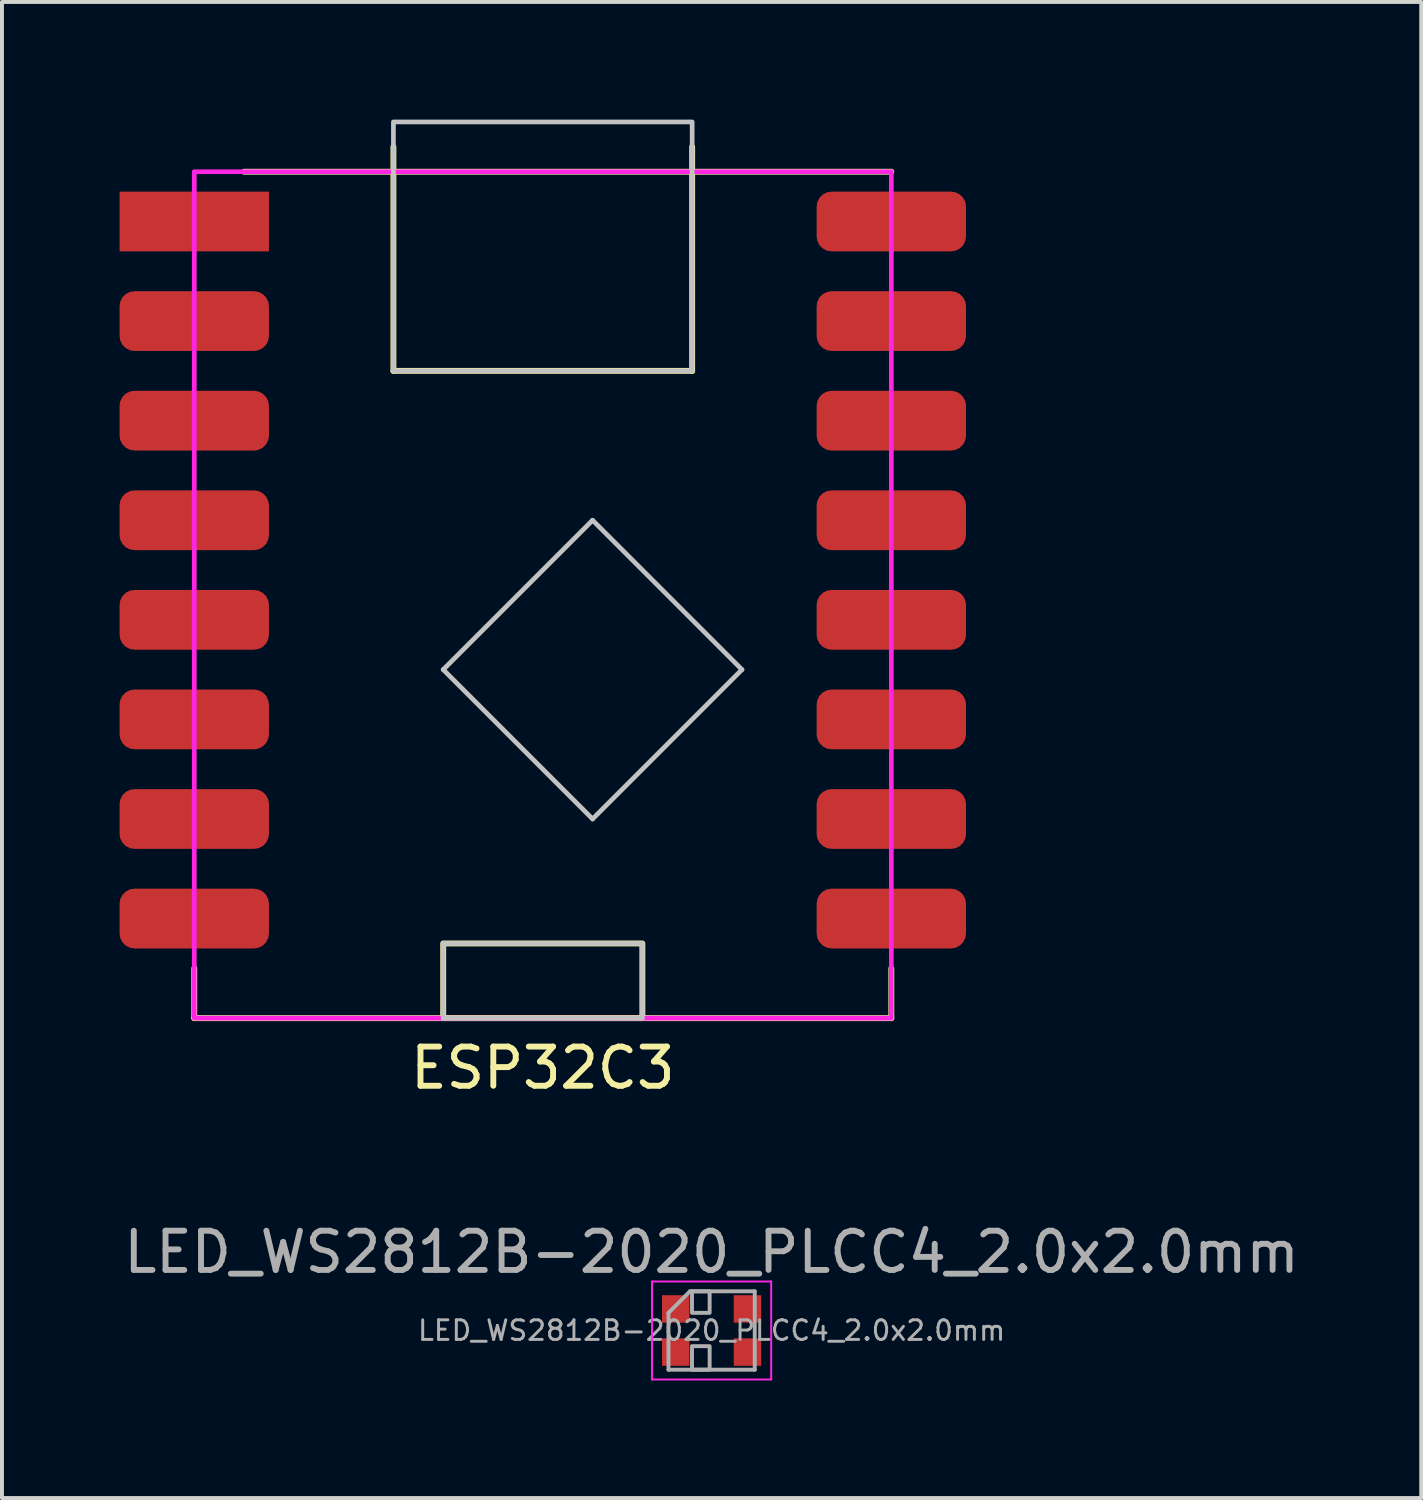
<source format=kicad_pcb>
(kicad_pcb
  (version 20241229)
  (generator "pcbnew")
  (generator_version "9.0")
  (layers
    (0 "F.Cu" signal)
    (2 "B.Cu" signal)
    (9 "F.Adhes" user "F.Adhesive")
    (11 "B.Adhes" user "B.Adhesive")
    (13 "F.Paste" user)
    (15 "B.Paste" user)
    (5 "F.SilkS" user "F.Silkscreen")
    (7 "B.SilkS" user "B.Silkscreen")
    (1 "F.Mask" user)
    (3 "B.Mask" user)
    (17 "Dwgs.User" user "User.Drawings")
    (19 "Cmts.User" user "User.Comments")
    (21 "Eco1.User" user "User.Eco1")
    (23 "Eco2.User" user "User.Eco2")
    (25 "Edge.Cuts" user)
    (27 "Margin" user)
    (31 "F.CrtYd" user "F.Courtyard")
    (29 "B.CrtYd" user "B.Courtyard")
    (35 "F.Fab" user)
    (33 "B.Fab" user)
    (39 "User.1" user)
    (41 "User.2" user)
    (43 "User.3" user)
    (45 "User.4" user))
  (footprint "LED_WS2812B-2020_PLCC4_2.0x2.0mm"
    (layer "F.Cu")
    (at 15.101 30.887)
    (property "Reference" "LED_WS2812B-2020_PLCC4_2.0x2.0mm" (at 0 -2 0) (layer "F.Fab") (effects (font (size 1 1) (thickness 0.15))))
    (attr smd)
    (fp_line (start -1.52 -1.25) (end -1.52 1.25) (stroke (width 0.05) (type solid)) (layer "F.CrtYd"))
    (fp_line (start -1.52 1.25) (end 1.52 1.25) (stroke (width 0.05) (type solid)) (layer "F.CrtYd"))
    (fp_line (start 1.52 -1.25) (end -1.52 -1.25) (stroke (width 0.05) (type solid)) (layer "F.CrtYd"))
    (fp_line (start 1.52 1.25) (end 1.52 -1.25) (stroke (width 0.05) (type solid)) (layer "F.CrtYd"))
    (fp_line (start -1.1 -0.45) (end -1.1 1) (stroke (width 0.1) (type solid)) (layer "F.Fab"))
    (fp_line (start -1.1 1) (end 1.1 1) (stroke (width 0.1) (type solid)) (layer "F.Fab"))
    (fp_line (start -0.55 -1) (end -1.1 -0.45) (stroke (width 0.1) (type solid)) (layer "F.Fab"))
    (fp_line (start 1.1 -1) (end -0.55 -1) (stroke (width 0.1) (type solid)) (layer "F.Fab"))
    (fp_line (start 1.1 -1) (end 1.1 1) (stroke (width 0.1) (type solid)) (layer "F.Fab"))
    (fp_rect (start -0.5 -1) (end -0.05 -0.45) (stroke (width 0.1) (type solid)) (fill no) (layer "F.Fab"))
    (fp_rect (start -0.5 0.4) (end -0.05 1) (stroke (width 0.1) (type solid)) (fill no) (layer "F.Fab"))
    (fp_text user "${REFERENCE}" (at 0 0 0) (layer "F.Fab") (effects (font (size 0.5 0.5) (thickness 0.075))))
    (pad "1" smd rect (at -0.915 -0.55) (size 0.7 0.7) (layers "F.Cu" "F.Mask" "F.Paste"))
    (pad "2" smd rect (at -0.915 0.55) (size 0.7 0.7) (layers "F.Cu" "F.Mask" "F.Paste"))
    (pad "3" smd rect (at 0.915 0.55) (size 0.7 0.7) (layers "F.Cu" "F.Mask" "F.Paste"))
    (pad "4" smd rect (at 0.915 -0.55) (size 0.7 0.7) (layers "F.Cu" "F.Mask" "F.Paste")))
  (footprint "ESP32C3"
    (layer "F.Cu")
    (at 1.905 20.38)
    (property "Reference" "ESP32C3" (at 8.89 3.81 0) (unlocked yes) (layer "F.SilkS") (effects (font (size 1 1) (thickness 0.15))))
    (attr smd)
    (fp_line (start 0 1.27) (end 0 2.54) (stroke (width 0.15) (type default)) (layer "F.SilkS"))
    (fp_line (start 0 2.54) (end 17.78 2.54) (stroke (width 0.15) (type default)) (layer "F.SilkS"))
    (fp_line (start 1.27 -19.05) (end 17.78 -19.05) (stroke (width 0.15) (type default)) (layer "F.SilkS"))
    (fp_line (start 5.08 -19.685) (end 5.08 -13.97) (stroke (width 0.15) (type default)) (layer "F.SilkS"))
    (fp_line (start 5.08 -13.97) (end 12.7 -13.97) (stroke (width 0.15) (type default)) (layer "F.SilkS"))
    (fp_line (start 12.7 -13.97) (end 12.7 -19.685) (stroke (width 0.15) (type default)) (layer "F.SilkS"))
    (fp_line (start 17.78 2.54) (end 17.78 1.27) (stroke (width 0.15) (type default)) (layer "F.SilkS"))
    (fp_rect (start 6.35 0.635) (end 11.43 2.54) (stroke (width 0.15) (type default)) (fill no) (layer "F.SilkS"))
    (fp_line (start 6.35 -6.35) (end 10.16 -2.54) (stroke (width 0.12) (type default)) (layer "Dwgs.User"))
    (fp_line (start 10.16 -10.16) (end 6.35 -6.35) (stroke (width 0.12) (type default)) (layer "Dwgs.User"))
    (fp_line (start 10.16 -2.54) (end 13.97 -6.35) (stroke (width 0.12) (type default)) (layer "Dwgs.User"))
    (fp_line (start 13.97 -6.35) (end 10.16 -10.16) (stroke (width 0.12) (type default)) (layer "Dwgs.User"))
    (fp_rect (start 5.08 -20.32) (end 12.7 -13.97) (stroke (width 0.12) (type default)) (fill no) (layer "Dwgs.User"))
    (fp_rect (start 6.35 0.635) (end 11.43 2.54) (stroke (width 0.12) (type default)) (fill no) (layer "Dwgs.User"))
    (fp_rect (start 0 -19.05) (end 17.78 2.54) (stroke (width 0.12) (type default)) (fill no) (layer "F.CrtYd"))
    (pad "1" smd rect (at 0 -17.78) (size 3.81 1.524) (layers "F.Cu" "F.Mask" "F.Paste"))
    (pad "2" smd roundrect (at 0 -15.24) (size 3.81 1.524) (layers "F.Cu" "F.Mask" "F.Paste") (roundrect_rratio 0.25))
    (pad "3" smd roundrect (at 0 -12.7) (size 3.81 1.524) (layers "F.Cu" "F.Mask" "F.Paste") (roundrect_rratio 0.25))
    (pad "4" smd roundrect (at 0 -10.16) (size 3.81 1.524) (layers "F.Cu" "F.Mask" "F.Paste") (roundrect_rratio 0.25))
    (pad "5" smd roundrect (at 0 -7.62) (size 3.81 1.524) (layers "F.Cu" "F.Mask" "F.Paste") (roundrect_rratio 0.25))
    (pad "6" smd roundrect (at 0 -5.08) (size 3.81 1.524) (layers "F.Cu" "F.Mask" "F.Paste") (roundrect_rratio 0.25))
    (pad "7" smd roundrect (at 0 -2.54) (size 3.81 1.524) (layers "F.Cu" "F.Mask" "F.Paste") (roundrect_rratio 0.25))
    (pad "8" smd roundrect (at 0 0) (size 3.81 1.524) (layers "F.Cu" "F.Mask" "F.Paste") (roundrect_rratio 0.25))
    (pad "9" smd roundrect (at 17.78 0) (size 3.81 1.524) (layers "F.Cu" "F.Mask" "F.Paste") (roundrect_rratio 0.25))
    (pad "10" smd roundrect (at 17.78 -2.54) (size 3.81 1.524) (layers "F.Cu" "F.Mask" "F.Paste") (roundrect_rratio 0.25))
    (pad "11" smd roundrect (at 17.78 -5.08) (size 3.81 1.524) (layers "F.Cu" "F.Mask" "F.Paste") (roundrect_rratio 0.25))
    (pad "12" smd roundrect (at 17.78 -7.62) (size 3.81 1.524) (layers "F.Cu" "F.Mask" "F.Paste") (roundrect_rratio 0.25))
    (pad "13" smd roundrect (at 17.78 -10.16) (size 3.81 1.524) (layers "F.Cu" "F.Mask" "F.Paste") (roundrect_rratio 0.25))
    (pad "14" smd roundrect (at 17.78 -12.7) (size 3.81 1.524) (layers "F.Cu" "F.Mask" "F.Paste") (roundrect_rratio 0.25))
    (pad "15" smd roundrect (at 17.78 -15.24) (size 3.81 1.524) (layers "F.Cu" "F.Mask" "F.Paste") (roundrect_rratio 0.25))
    (pad "16" smd roundrect (at 17.78 -17.78) (size 3.81 1.524) (layers "F.Cu" "F.Mask" "F.Paste") (roundrect_rratio 0.25))
    (zone (net_name "") (layer "F.Cu") (name "WiFi Keepout Zone") (hatch edge 0.5) (connect_pads) (min_thickness 0.25) (filled_areas_thickness no) (keepout (tracks not_allowed) (vias not_allowed) (pads not_allowed) (copperpour not_allowed) (footprints not_allowed)) (placement (enabled no)) (fill) (polygon (pts (xy 17.78 19.745) (xy 17.78 21.142) (xy 19.685 21.142) (xy 19.685 24.19) (xy 1.905 24.19) (xy 1.905 21.142) (xy 3.81 21.142) (xy 3.81 19.745))))
    (zone (net_name "") (layer "B.Cu") (name "WiFi Keepout Zone") (hatch edge 0.5) (connect_pads) (min_thickness 0.25) (filled_areas_thickness no) (keepout (tracks not_allowed) (vias not_allowed) (pads not_allowed) (copperpour not_allowed) (footprints not_allowed)) (placement (enabled no)) (fill) (polygon (pts (xy 19.685 19.745) (xy 19.685 21.142) (xy 19.685 24.19) (xy 1.905 24.19) (xy 1.905 21.142) (xy 1.905 19.745)))))
  (gr_rect
    (start -3 -3)
    (end 33.202 35.161)
    (stroke (width 0.1) (type default))
    (fill no)
    (layer "Edge.Cuts")))
</source>
